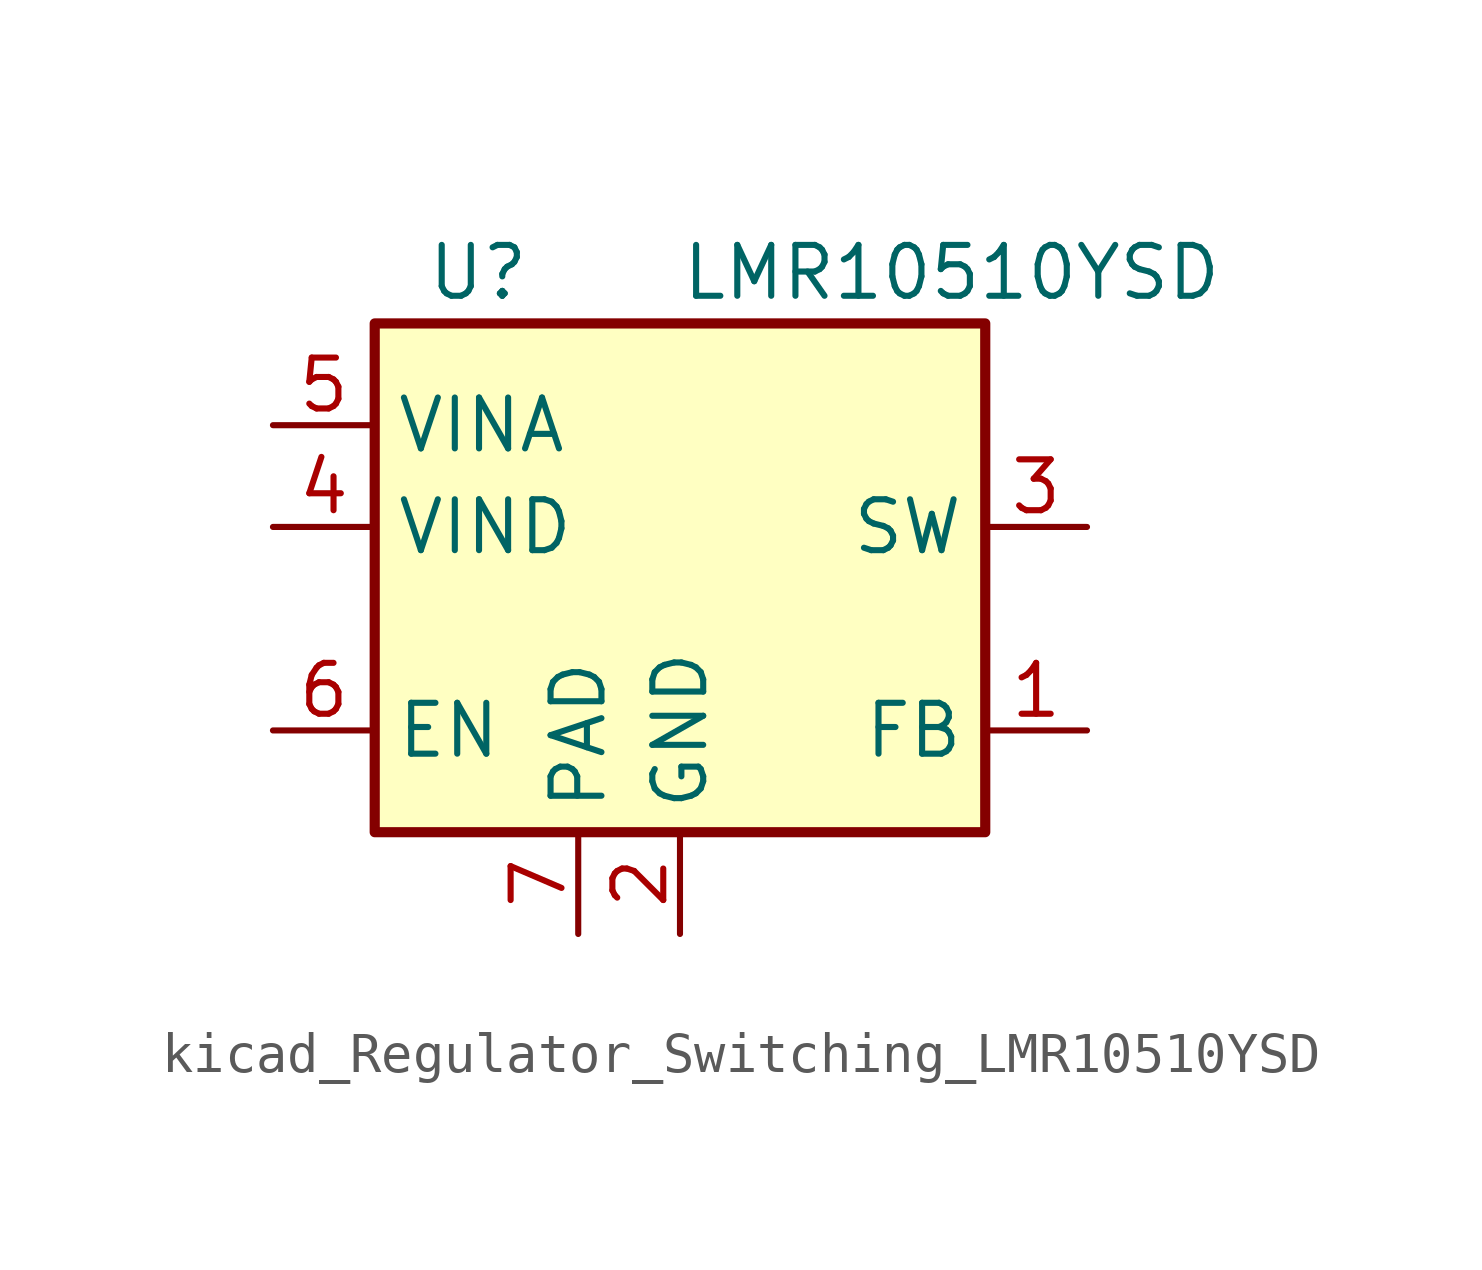
<source format=kicad_sym>
(kicad_symbol_lib
  (version 20220914)
  (generator kicad_symbol_editor)
  (symbol "kicad_Regulator_Switching_LMR10510YSD"
    (property "Reference" "U"
      (at -6.35 8.89 0)
      (effects (font (size 1.27 1.27)) (justify left)))
    (property "Value" "LMR10510YSD"
      (at 0 8.89 0)
      (effects (font (size 1.27 1.27)) (justify left)))
    (symbol "kicad_Regulator_Switching_LMR10510YSD_0_1"
      (rectangle (start -7.62 7.62) (end 7.62 -5.08) (stroke (width 0.254) (type default)) (fill (type background))))
    (symbol "kicad_Regulator_Switching_LMR10510YSD_1_1"
      (pin input line (at 10.16 -2.54 180) (length 2.54) (name "FB" (effects (font (size 1.27 1.27)))) (number "1" (effects (font (size 1.27 1.27)))))
      (pin power_in line (at 0 -7.62 90) (length 2.54) (name "GND" (effects (font (size 1.27 1.27)))) (number "2" (effects (font (size 1.27 1.27)))))
      (pin output line (at 10.16 2.54 180) (length 2.54) (name "SW" (effects (font (size 1.27 1.27)))) (number "3" (effects (font (size 1.27 1.27)))))
      (pin power_in line (at -10.16 2.54 0) (length 2.54) (name "VIND" (effects (font (size 1.27 1.27)))) (number "4" (effects (font (size 1.27 1.27)))))
      (pin input line (at -10.16 5.08 0) (length 2.54) (name "VINA" (effects (font (size 1.27 1.27)))) (number "5" (effects (font (size 1.27 1.27)))))
      (pin input line (at -10.16 -2.54 0) (length 2.54) (name "EN" (effects (font (size 1.27 1.27)))) (number "6" (effects (font (size 1.27 1.27)))))
      (pin passive line (at -2.54 -7.62 90) (length 2.54) (name "PAD" (effects (font (size 1.27 1.27)))) (number "7" (effects (font (size 1.27 1.27))))))))
</source>
